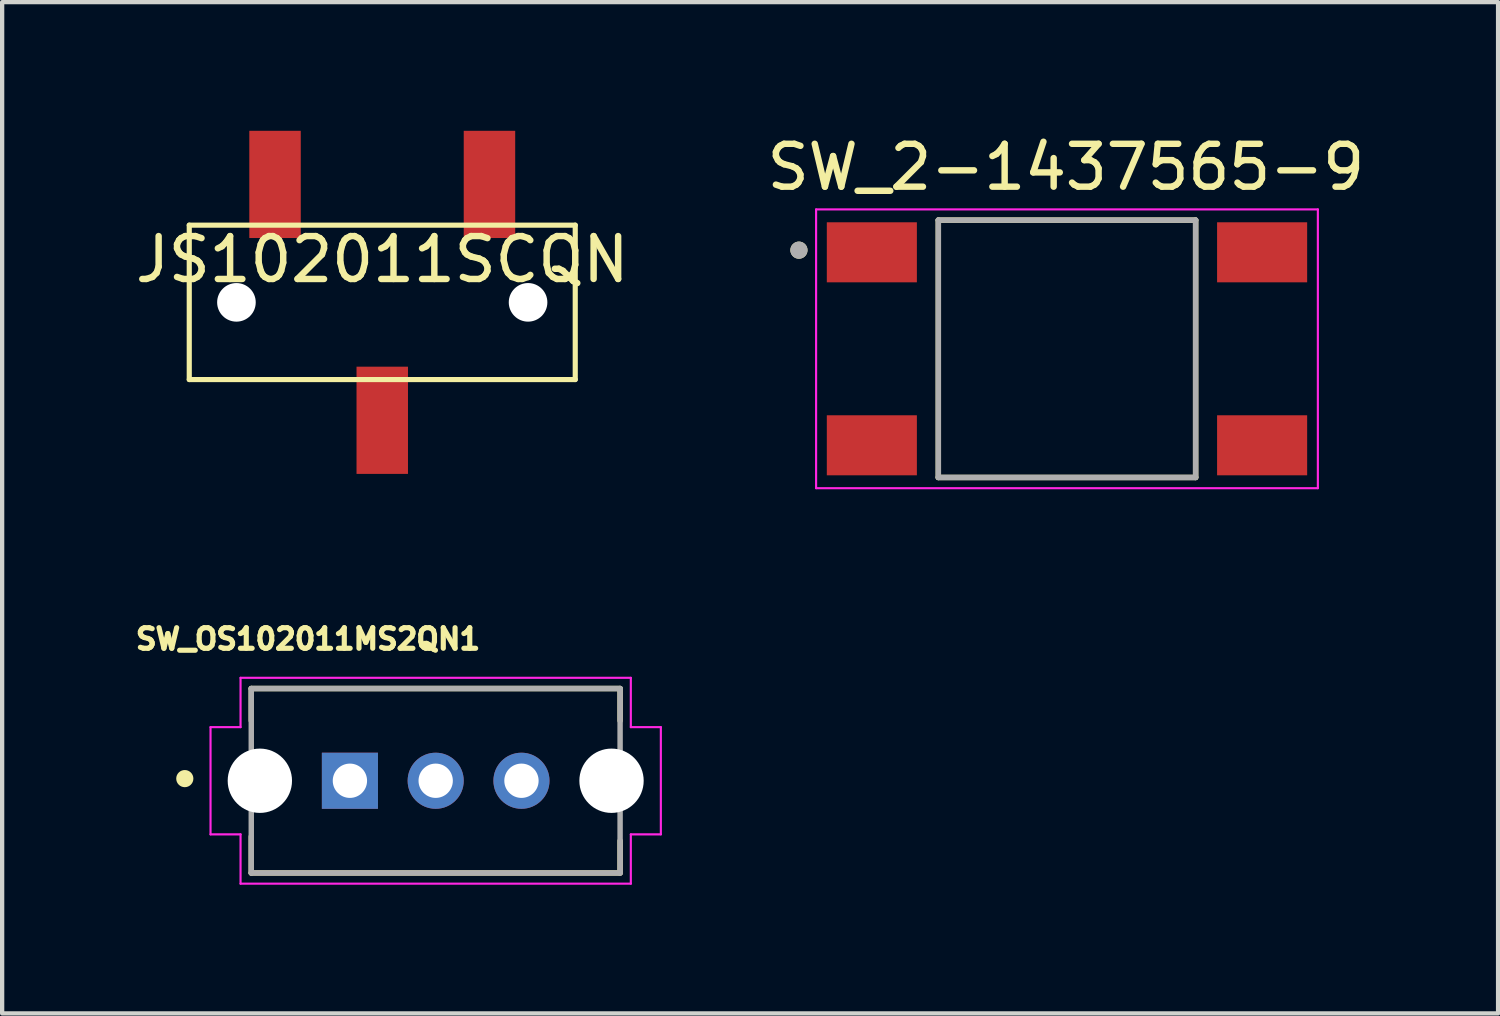
<source format=kicad_pcb>
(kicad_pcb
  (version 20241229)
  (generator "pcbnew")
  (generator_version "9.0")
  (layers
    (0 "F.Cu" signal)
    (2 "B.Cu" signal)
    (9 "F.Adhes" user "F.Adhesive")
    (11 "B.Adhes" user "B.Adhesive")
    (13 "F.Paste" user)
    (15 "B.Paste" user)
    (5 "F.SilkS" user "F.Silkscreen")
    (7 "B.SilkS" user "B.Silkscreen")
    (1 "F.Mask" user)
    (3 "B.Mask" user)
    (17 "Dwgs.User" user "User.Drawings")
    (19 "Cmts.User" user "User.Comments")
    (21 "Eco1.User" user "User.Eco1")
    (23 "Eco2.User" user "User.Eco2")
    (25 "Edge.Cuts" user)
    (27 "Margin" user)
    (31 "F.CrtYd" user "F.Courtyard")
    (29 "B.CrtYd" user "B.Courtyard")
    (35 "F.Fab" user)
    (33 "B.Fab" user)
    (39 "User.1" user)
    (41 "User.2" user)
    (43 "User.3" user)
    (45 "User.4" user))
  (footprint "SW_2-1437565-9"
    (layer "F.Cu")
    (at 21.829 5.083)
    (property "Reference" "SW_2-1437565-9" (at -0.025 -4.235 0) (layer "F.SilkS") (effects (font (size 1 1) (thickness 0.15))))
    (attr through_hole)
    (fp_line (start -3 3) (end -3 -3) (stroke (width 0.127) (type solid)) (layer "F.SilkS"))
    (fp_line (start 3 -3) (end -3 -3) (stroke (width 0.127) (type solid)) (layer "F.SilkS"))
    (fp_line (start 3 -3) (end 3 3) (stroke (width 0.127) (type solid)) (layer "F.SilkS"))
    (fp_line (start 3 3) (end -3 3) (stroke (width 0.127) (type solid)) (layer "F.SilkS"))
    (fp_circle (center -6.25 -2.3) (end -6.15 -2.3) (stroke (width 0.2) (type solid)) (fill no) (layer "F.SilkS"))
    (fp_line (start -5.85 -3.25) (end -5.85 3.25) (stroke (width 0.05) (type solid)) (layer "F.CrtYd"))
    (fp_line (start -5.85 3.25) (end 5.85 3.25) (stroke (width 0.05) (type solid)) (layer "F.CrtYd"))
    (fp_line (start 5.85 -3.25) (end -5.85 -3.25) (stroke (width 0.05) (type solid)) (layer "F.CrtYd"))
    (fp_line (start 5.85 3.25) (end 5.85 -3.25) (stroke (width 0.05) (type solid)) (layer "F.CrtYd"))
    (fp_line (start -3 -3) (end -3 3) (stroke (width 0.127) (type solid)) (layer "F.Fab"))
    (fp_line (start -3 3) (end 3 3) (stroke (width 0.127) (type solid)) (layer "F.Fab"))
    (fp_line (start 3 -3) (end -3 -3) (stroke (width 0.127) (type solid)) (layer "F.Fab"))
    (fp_line (start 3 3) (end 3 -3) (stroke (width 0.127) (type solid)) (layer "F.Fab"))
    (fp_circle (center -6.25 -2.3) (end -6.15 -2.3) (stroke (width 0.2) (type solid)) (fill no) (layer "F.Fab"))
    (pad "1" smd rect (at -4.55 -2.25) (size 2.1 1.4) (layers "F.Cu" "F.Mask" "F.Paste"))
    (pad "2" smd rect (at 4.55 -2.25) (size 2.1 1.4) (layers "F.Cu" "F.Mask" "F.Paste"))
    (pad "3" smd rect (at -4.55 2.25) (size 2.1 1.4) (layers "F.Cu" "F.Mask" "F.Paste"))
    (pad "4" smd rect (at 4.55 2.25) (size 2.1 1.4) (layers "F.Cu" "F.Mask" "F.Paste")))
  (footprint "JS102011SCQN"
    (layer "F.Cu")
    (at 5.863 4)
    (property "Reference" "JS102011SCQN" (at 0 -1 0) (layer "F.SilkS") (effects (font (size 1 1) (thickness 0.15))))
    (attr through_hole)
    (fp_line (start -4.5 1.8) (end -4.5 -1.8) (stroke (width 0.12) (type solid)) (layer "F.SilkS"))
    (fp_line (start 4.5 -1.8) (end -4.5 -1.8) (stroke (width 0.12) (type solid)) (layer "F.SilkS"))
    (fp_line (start 4.5 1.8) (end -4.5 1.8) (stroke (width 0.12) (type solid)) (layer "F.SilkS"))
    (fp_line (start 4.5 1.8) (end 4.5 -1.8) (stroke (width 0.12) (type solid)) (layer "F.SilkS"))
    (pad "" np_thru_hole circle (at -3.4 0) (size 0.9 0.9) (drill 0.9) (layers "*.Cu" "*.Mask"))
    (pad "" np_thru_hole circle (at 3.4 0) (size 0.9 0.9) (drill 0.9) (layers "*.Cu" "*.Mask"))
    (pad "1" smd rect (at -2.5 -2.75) (size 1.2 2.5) (layers "F.Cu" "F.Mask" "F.Paste"))
    (pad "2" smd rect (at 0 2.75 180) (size 1.2 2.5) (layers "F.Cu" "F.Mask" "F.Paste"))
    (pad "3" smd rect (at 2.5 -2.75) (size 1.2 2.5) (layers "F.Cu" "F.Mask" "F.Paste")))
  (footprint "SW_OS102011MS2QN1"
    (layer "F.Cu")
    (at 7.109 15.155)
    (property "Reference" "SW_OS102011MS2QN1" (at -2.977 -3.305 0) (layer "F.SilkS") (effects (font (size 0.48 0.48) (thickness 0.15))))
    (attr through_hole)
    (fp_line (start -4.3 -2.15) (end -4.3 -1.4) (stroke (width 0.127) (type solid)) (layer "F.SilkS"))
    (fp_line (start -4.3 1.3) (end -4.3 2.15) (stroke (width 0.127) (type solid)) (layer "F.SilkS"))
    (fp_line (start -4.3 2.15) (end 4.3 2.15) (stroke (width 0.127) (type solid)) (layer "F.SilkS"))
    (fp_line (start 4.3 -2.15) (end -4.3 -2.15) (stroke (width 0.127) (type solid)) (layer "F.SilkS"))
    (fp_line (start 4.3 -1.4) (end 4.3 -2.15) (stroke (width 0.127) (type solid)) (layer "F.SilkS"))
    (fp_line (start 4.3 2.15) (end 4.3 1.4) (stroke (width 0.127) (type solid)) (layer "F.SilkS"))
    (fp_circle (center -5.85 -0.05) (end -5.75 -0.05) (stroke (width 0.2) (type solid)) (fill no) (layer "F.SilkS"))
    (fp_line (start -5.25 -1.25) (end -4.55 -1.25) (stroke (width 0.05) (type solid)) (layer "F.CrtYd"))
    (fp_line (start -5.25 1.25) (end -5.25 -1.25) (stroke (width 0.05) (type solid)) (layer "F.CrtYd"))
    (fp_line (start -4.55 -2.4) (end 4.55 -2.4) (stroke (width 0.05) (type solid)) (layer "F.CrtYd"))
    (fp_line (start -4.55 -1.25) (end -4.55 -2.4) (stroke (width 0.05) (type solid)) (layer "F.CrtYd"))
    (fp_line (start -4.55 1.25) (end -5.25 1.25) (stroke (width 0.05) (type solid)) (layer "F.CrtYd"))
    (fp_line (start -4.55 2.4) (end -4.55 1.25) (stroke (width 0.05) (type solid)) (layer "F.CrtYd"))
    (fp_line (start 4.55 -2.4) (end 4.55 -1.25) (stroke (width 0.05) (type solid)) (layer "F.CrtYd"))
    (fp_line (start 4.55 -1.25) (end 5.25 -1.25) (stroke (width 0.05) (type solid)) (layer "F.CrtYd"))
    (fp_line (start 4.55 1.25) (end 4.55 2.4) (stroke (width 0.05) (type solid)) (layer "F.CrtYd"))
    (fp_line (start 4.55 2.4) (end -4.55 2.4) (stroke (width 0.05) (type solid)) (layer "F.CrtYd"))
    (fp_line (start 5.25 -1.25) (end 5.25 1.25) (stroke (width 0.05) (type solid)) (layer "F.CrtYd"))
    (fp_line (start 5.25 1.25) (end 4.55 1.25) (stroke (width 0.05) (type solid)) (layer "F.CrtYd"))
    (fp_line (start -4.3 -2.15) (end 4.3 -2.15) (stroke (width 0.127) (type solid)) (layer "F.Fab"))
    (fp_line (start -4.3 2.15) (end -4.3 -2.15) (stroke (width 0.127) (type solid)) (layer "F.Fab"))
    (fp_line (start 4.3 -2.15) (end 4.3 2.15) (stroke (width 0.127) (type solid)) (layer "F.Fab"))
    (fp_line (start 4.3 2.15) (end -4.3 2.15) (stroke (width 0.127) (type solid)) (layer "F.Fab"))
    (fp_circle (center -2.1 -0.05) (end -2 -0.05) (stroke (width 0.2) (type solid)) (fill no) (layer "F.Fab"))
    (pad "" np_thru_hole circle (at -4.1 0) (size 1.5 1.5) (drill 1.5) (layers "*.Cu" "*.Mask"))
    (pad "" np_thru_hole circle (at 4.1 0) (size 1.5 1.5) (drill 1.5) (layers "*.Cu" "*.Mask"))
    (pad "1" thru_hole rect (at -2 0) (size 1.308 1.308) (drill 0.8) (layers "*.Cu" "*.Mask"))
    (pad "2" thru_hole circle (at 0 0) (size 1.308 1.308) (drill 0.8) (layers "*.Cu" "*.Mask"))
    (pad "3" thru_hole circle (at 2 0) (size 1.308 1.308) (drill 0.8) (layers "*.Cu" "*.Mask")))
  (gr_rect
    (start -3 -3)
    (end 31.881 20.58)
    (stroke (width 0.1) (type default))
    (fill no)
    (layer "Edge.Cuts")))
</source>
